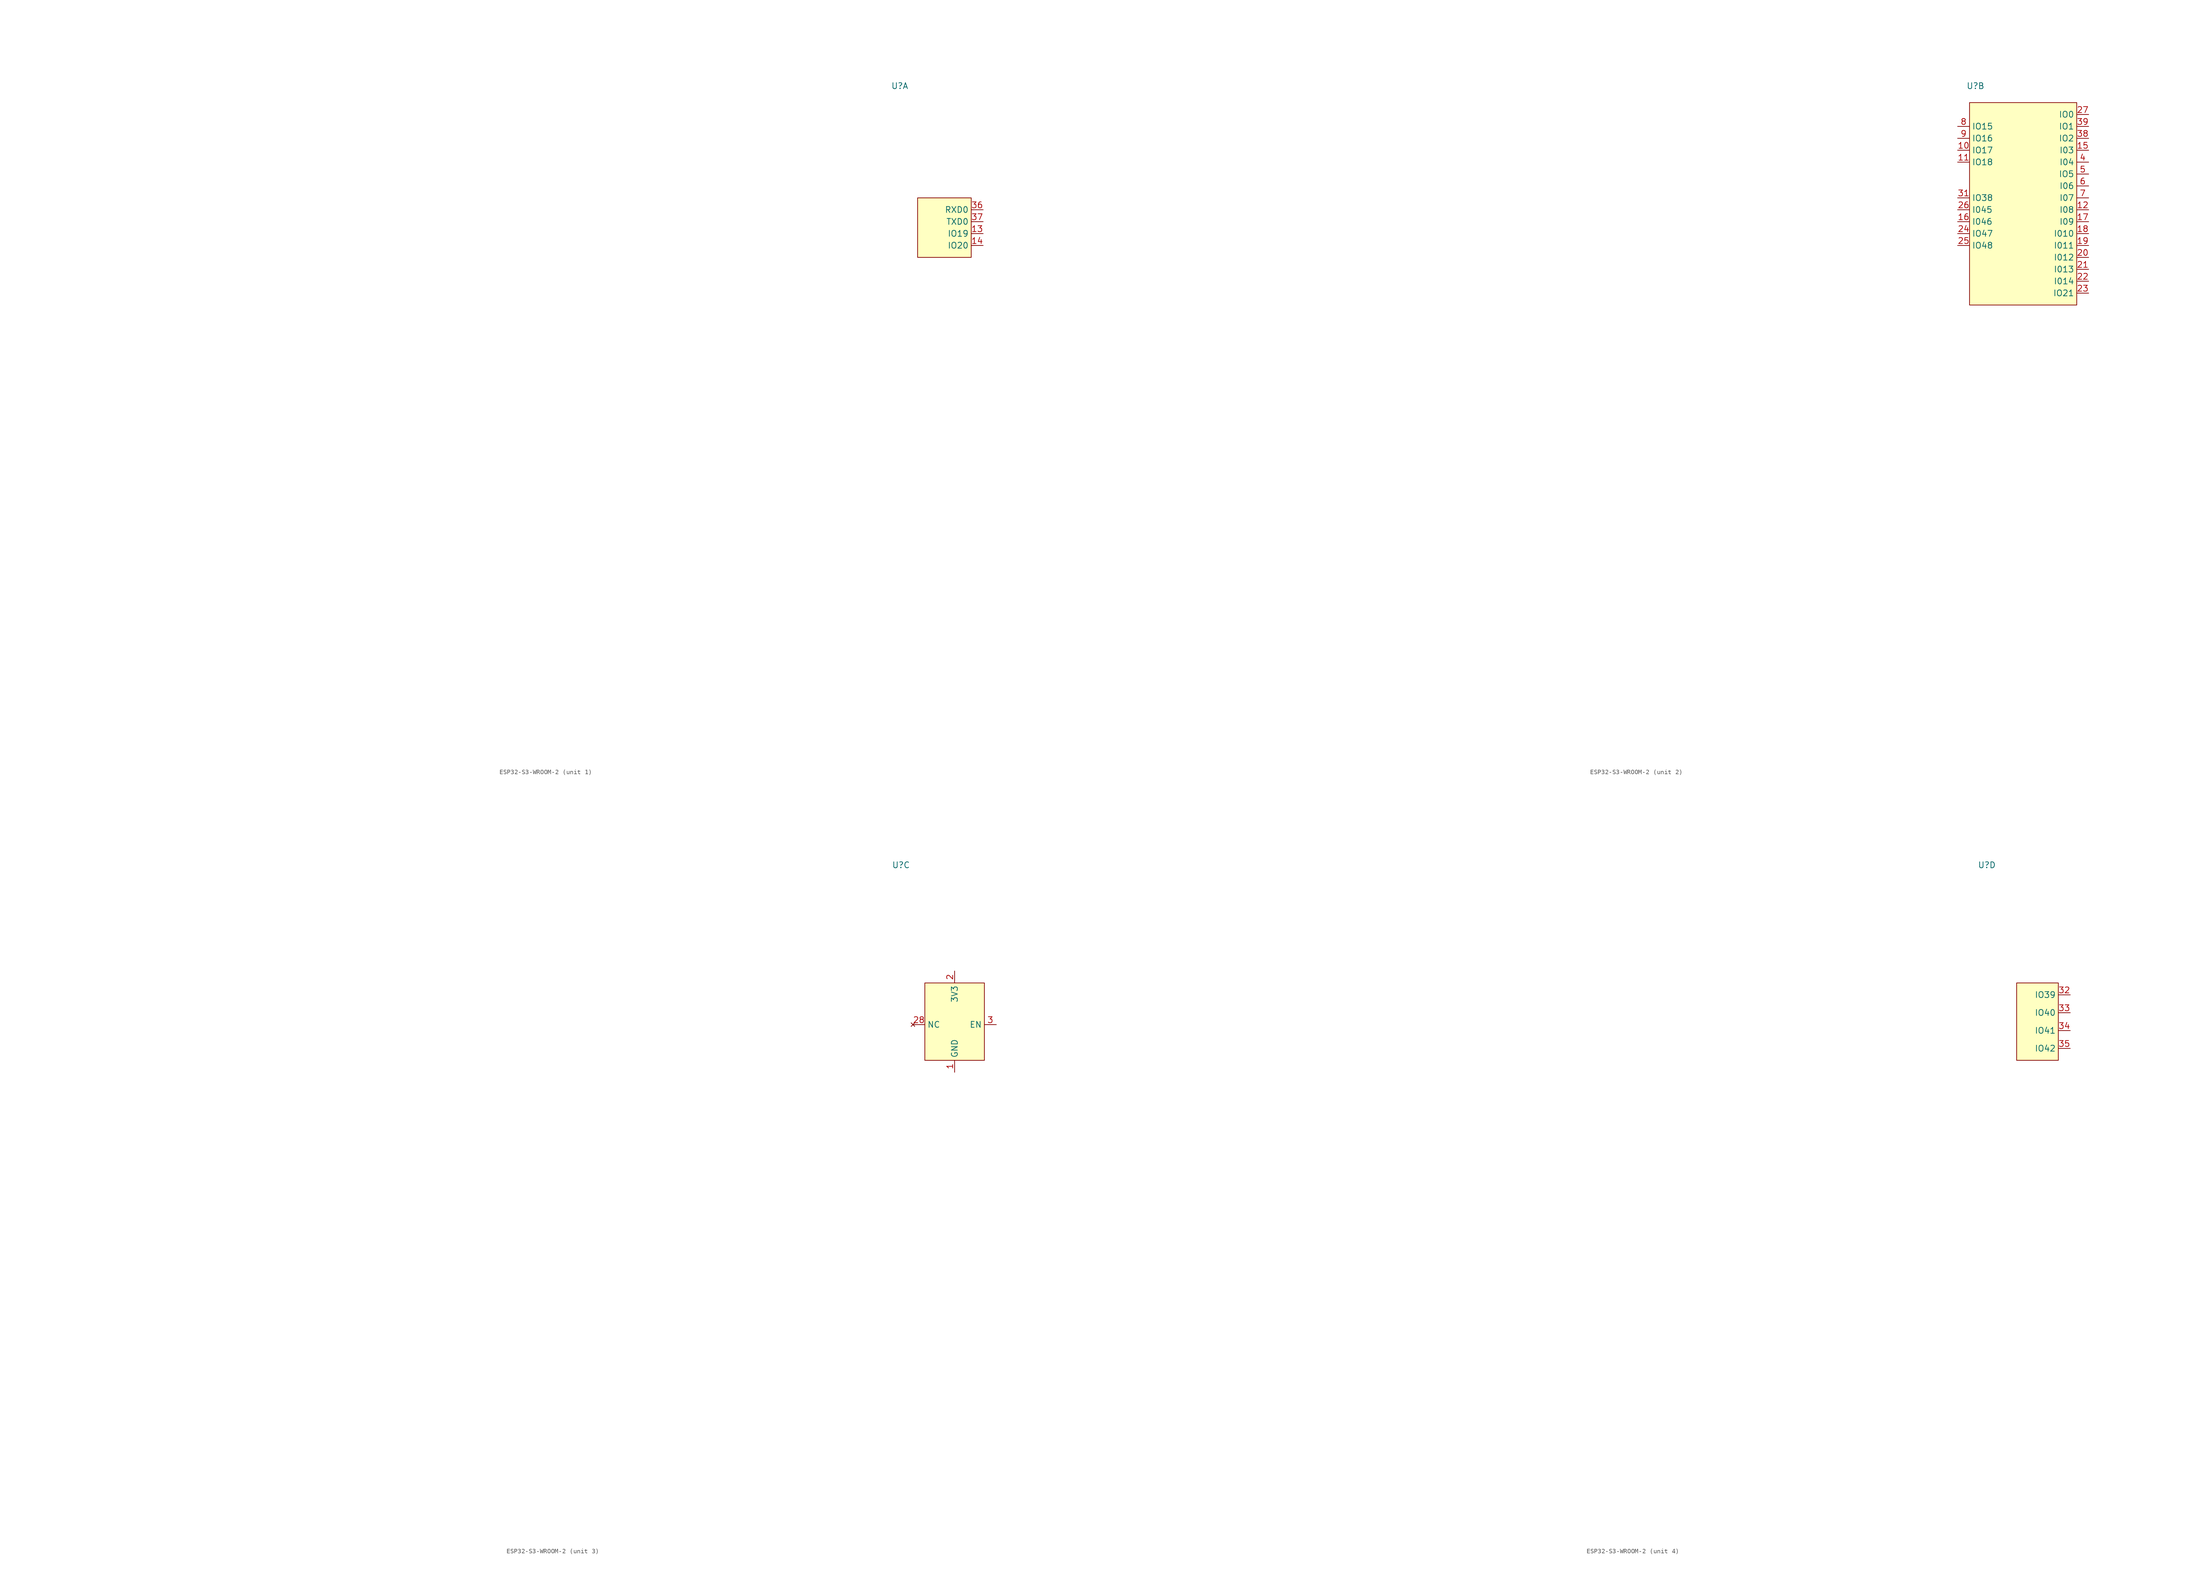
<source format=kicad_sym>
(kicad_symbol_lib
  (version 20241209)
  (generator "kicad_symbol_editor")
  (generator_version "9.0")
  (symbol "ESP32-S3-WROOM-2"
    (property "Reference" "U"
      (at -11.43 32.766 0)
      (effects (font (size 1.27 1.27))))
    (property "Value" ""
      (at -180.34 -99.06 0)
      (effects (font (size 1.27 1.27))))
    (property "ki_locked" ""
      (at 0 0 0)
      (effects (font (size 1.27 1.27))))
    (symbol "ESP32-S3-WROOM-2_1_1"
      (rectangle (start -7.62 8.89) (end 3.81 -3.81) (stroke (width 0) (type solid)) (fill (type background)))
      (pin input line (at 6.35 6.35 180) (length 2.54) (name "RXD0" (effects (font (size 1.27 1.27)))) (number "36" (effects (font (size 1.27 1.27)))) (alternate "CLK_OUT2" output line) (alternate "GPI044" bidirectional line))
      (pin output line (at 6.35 3.81 180) (length 2.54) (name "TXD0" (effects (font (size 1.27 1.27)))) (number "37" (effects (font (size 1.27 1.27)))) (alternate "CLK_OUT1" output line) (alternate "GPIO43" bidirectional line))
      (pin bidirectional line (at 6.35 1.27 180) (length 2.54) (name "IO19" (effects (font (size 1.27 1.27)))) (number "13" (effects (font (size 1.27 1.27)))) (alternate "USB_D-" bidirectional line))
      (pin bidirectional line (at 6.35 -1.27 180) (length 2.54) (name "IO20" (effects (font (size 1.27 1.27)))) (number "14" (effects (font (size 1.27 1.27)))) (alternate "USB_D+" bidirectional line)))
    (symbol "ESP32-S3-WROOM-2_2_1"
      (rectangle (start -12.7 29.21) (end 10.16 -13.97) (stroke (width 0) (type solid)) (fill (type background)))
      (pin bidirectional line (at -15.24 24.13 0) (length 2.54) (name "IO15" (effects (font (size 1.27 1.27)))) (number "8" (effects (font (size 1.27 1.27)))) (alternate "ADC2_CH4" input line) (alternate "RTC_GPIO15" bidirectional line) (alternate "U0RTS" bidirectional line) (alternate "XTAL_32K_P" input line))
      (pin bidirectional line (at -15.24 21.59 0) (length 2.54) (name "IO16" (effects (font (size 1.27 1.27)))) (number "9" (effects (font (size 1.27 1.27)))) (alternate "ADC2_CH5" input line) (alternate "RTC_GPIO16" bidirectional line) (alternate "U0CTS" bidirectional line) (alternate "XTAL_32K_N" input line))
      (pin bidirectional line (at -15.24 19.05 0) (length 2.54) (name "IO17" (effects (font (size 1.27 1.27)))) (number "10" (effects (font (size 1.27 1.27)))) (alternate "ADC2_CH6" input line) (alternate "RTC_GPIO17" bidirectional line) (alternate "U1TXD" output line))
      (pin bidirectional line (at -15.24 16.51 0) (length 2.54) (name "IO18" (effects (font (size 1.27 1.27)))) (number "11" (effects (font (size 1.27 1.27)))) (alternate "ADC2_CH7" input line) (alternate "CLK_OUT3" output line) (alternate "RTC_GPIO18" bidirectional line) (alternate "U1RXD" input line))
      (pin bidirectional line (at -15.24 8.89 0) (length 2.54) (name "IO38" (effects (font (size 1.27 1.27)))) (number "31" (effects (font (size 1.27 1.27)))) (alternate "FSPIWP" bidirectional line) (alternate "SUBSPIWP" bidirectional line))
      (pin bidirectional line (at -15.24 6.35 0) (length 2.54) (name "I045" (effects (font (size 1.27 1.27)))) (number "26" (effects (font (size 1.27 1.27)))))
      (pin bidirectional line (at -15.24 3.81 0) (length 2.54) (name "I046" (effects (font (size 1.27 1.27)))) (number "16" (effects (font (size 1.27 1.27)))))
      (pin bidirectional line (at -15.24 1.27 0) (length 2.54) (name "IO47" (effects (font (size 1.27 1.27)))) (number "24" (effects (font (size 1.27 1.27)))) (alternate "SPICLK_P_DIFF" output line) (alternate "SUBSPICLK_P_DIFF" output line))
      (pin bidirectional line (at -15.24 -1.27 0) (length 2.54) (name "IO48" (effects (font (size 1.27 1.27)))) (number "25" (effects (font (size 1.27 1.27)))) (alternate "SPICLK_N_DIFF" output line) (alternate "SUBSPICLK_N_DIFF" output line))
      (pin bidirectional line (at 12.7 26.67 180) (length 2.54) (name "IO0" (effects (font (size 1.27 1.27)))) (number "27" (effects (font (size 1.27 1.27)))) (alternate "RTC_GPIO0" bidirectional line))
      (pin bidirectional line (at 12.7 24.13 180) (length 2.54) (name "IO1" (effects (font (size 1.27 1.27)))) (number "39" (effects (font (size 1.27 1.27)))) (alternate "ADC1_CH0" input line) (alternate "RTC_GPIO1" bidirectional line) (alternate "TOUCH1" input line))
      (pin bidirectional line (at 12.7 21.59 180) (length 2.54) (name "IO2" (effects (font (size 1.27 1.27)))) (number "38" (effects (font (size 1.27 1.27)))) (alternate "ADC1_CH1" input line) (alternate "RTC_GPIO2" bidirectional line) (alternate "TOUCH2" input line))
      (pin bidirectional line (at 12.7 19.05 180) (length 2.54) (name "I03" (effects (font (size 1.27 1.27)))) (number "15" (effects (font (size 1.27 1.27)))) (alternate "ADC1_CH2" input line) (alternate "RTC_GPIO3" bidirectional line) (alternate "TOUCH3" bidirectional line))
      (pin bidirectional line (at 12.7 16.51 180) (length 2.54) (name "I04" (effects (font (size 1.27 1.27)))) (number "4" (effects (font (size 1.27 1.27)))) (alternate "ADC1_CH3" input line) (alternate "RTC_GPIO4" bidirectional line) (alternate "TOUCH4" bidirectional line))
      (pin bidirectional line (at 12.7 13.97 180) (length 2.54) (name "IO5" (effects (font (size 1.27 1.27)))) (number "5" (effects (font (size 1.27 1.27)))) (alternate "ADC1_CH4" input line) (alternate "RTC_GPIO5" bidirectional line) (alternate "TOUCH5" bidirectional line))
      (pin bidirectional line (at 12.7 11.43 180) (length 2.54) (name "I06" (effects (font (size 1.27 1.27)))) (number "6" (effects (font (size 1.27 1.27)))) (alternate "ADC1_CH5" input line) (alternate "RTC_GPIO6" bidirectional line) (alternate "TOUCH6" bidirectional line))
      (pin bidirectional line (at 12.7 8.89 180) (length 2.54) (name "I07" (effects (font (size 1.27 1.27)))) (number "7" (effects (font (size 1.27 1.27)))) (alternate "ADC1_CH6" input line) (alternate "RTC_GPIO7" bidirectional line) (alternate "TOUCH7" bidirectional line))
      (pin bidirectional line (at 12.7 6.35 180) (length 2.54) (name "I08" (effects (font (size 1.27 1.27)))) (number "12" (effects (font (size 1.27 1.27)))) (alternate "ADC1_CH7" input line) (alternate "RTC_GPIO8" bidirectional line) (alternate "SUBSPICS1" output line) (alternate "TOUCH8" bidirectional line))
      (pin bidirectional line (at 12.7 3.81 180) (length 2.54) (name "I09" (effects (font (size 1.27 1.27)))) (number "17" (effects (font (size 1.27 1.27)))) (alternate "ADC1_CH8" input line) (alternate "FSPIHD" bidirectional line) (alternate "RTC_GPIO9" bidirectional line) (alternate "SUBSPICS1" output line) (alternate "SUBSPIHD" bidirectional line) (alternate "TOUCH9" bidirectional line))
      (pin bidirectional line (at 12.7 1.27 180) (length 2.54) (name "I010" (effects (font (size 1.27 1.27)))) (number "18" (effects (font (size 1.27 1.27)))) (alternate "ADC1_CH9" input line) (alternate "FSPICS0" bidirectional line) (alternate "FSPII04" bidirectional line) (alternate "RTC_GPIO10" bidirectional line) (alternate "SUBSPICS0" output line) (alternate "TOUCH10" bidirectional line))
      (pin bidirectional line (at 12.7 -1.27 180) (length 2.54) (name "I011" (effects (font (size 1.27 1.27)))) (number "19" (effects (font (size 1.27 1.27)))) (alternate "ADC2_CH0" input line) (alternate "FSPID" bidirectional line) (alternate "FSPII05" output line) (alternate "RTC_GPIO11" bidirectional line) (alternate "SUBSPID" bidirectional line) (alternate "TOUCH11" bidirectional line))
      (pin bidirectional line (at 12.7 -3.81 180) (length 2.54) (name "I012" (effects (font (size 1.27 1.27)))) (number "20" (effects (font (size 1.27 1.27)))) (alternate "ADC2_CH1" input line) (alternate "FSPICLK" bidirectional line) (alternate "FSPII06" output line) (alternate "RTC_GPIO12" bidirectional line) (alternate "SUBSPICLK" bidirectional line) (alternate "TOUCH12" bidirectional line))
      (pin bidirectional line (at 12.7 -6.35 180) (length 2.54) (name "I013" (effects (font (size 1.27 1.27)))) (number "21" (effects (font (size 1.27 1.27)))) (alternate "ADC2_CH2" input line) (alternate "FSPII07" output line) (alternate "FSPIQ" bidirectional line) (alternate "RTC_GPIO13" bidirectional line) (alternate "SUBSPIQ" bidirectional line) (alternate "TOUCH13" bidirectional line))
      (pin bidirectional line (at 12.7 -8.89 180) (length 2.54) (name "I014" (effects (font (size 1.27 1.27)))) (number "22" (effects (font (size 1.27 1.27)))) (alternate "ADC2_CH3" input line) (alternate "FSPIDQS" output line) (alternate "FSPIWP" bidirectional line) (alternate "RTC_GPIO14" bidirectional line) (alternate "SUBSPIWP" bidirectional line) (alternate "TOUCH14" bidirectional line))
      (pin bidirectional line (at 12.7 -11.43 180) (length 2.54) (name "IO21" (effects (font (size 1.27 1.27)))) (number "23" (effects (font (size 1.27 1.27)))) (alternate "RTC_GPIO21" bidirectional line)))
    (symbol "ESP32-S3-WROOM-2_3_1"
      (rectangle (start -6.35 7.62) (end 6.35 -8.89) (stroke (width 0) (type solid)) (fill (type background)))
      (pin no_connect line (at -8.89 -1.27 0) (length 2.54) (name "NC" (effects (font (size 1.27 1.27)))) (number "28" (effects (font (size 1.27 1.27)))))
      (pin no_connect line (at -8.89 -1.27 0) (length 2.54) (hide yes) (name "NC" (effects (font (size 1.27 1.27)))) (number "29" (effects (font (size 1.27 1.27)))))
      (pin no_connect line (at -8.89 -1.27 0) (length 2.54) (hide yes) (name "NC" (effects (font (size 1.27 1.27)))) (number "30" (effects (font (size 1.27 1.27)))))
      (pin power_in line (at 0 10.16 270) (length 2.54) (name "3V3" (effects (font (size 1.27 1.27)))) (number "2" (effects (font (size 1.27 1.27)))))
      (pin power_out line (at 0 -11.43 90) (length 2.54) (name "GND" (effects (font (size 1.27 1.27)))) (number "1" (effects (font (size 1.27 1.27)))))
      (pin power_out line (at 0 -11.43 90) (length 2.54) (hide yes) (name "GND" (effects (font (size 1.27 1.27)))) (number "40" (effects (font (size 1.27 1.27)))))
      (pin power_out line (at 0 -11.43 90) (length 2.54) (hide yes) (name "GND" (effects (font (size 1.27 1.27)))) (number "41" (effects (font (size 1.27 1.27)))))
      (pin input line (at 8.89 -1.27 180) (length 2.54) (name "EN" (effects (font (size 1.27 1.27)))) (number "3" (effects (font (size 1.27 1.27))))))
    (symbol "ESP32-S3-WROOM-2_4_1"
      (rectangle (start -5.08 7.62) (end 3.81 -8.89) (stroke (width 0) (type solid)) (fill (type background)))
      (pin bidirectional line (at 6.35 5.08 180) (length 2.54) (name "IO39" (effects (font (size 1.27 1.27)))) (number "32" (effects (font (size 1.27 1.27)))) (alternate "CKL_OUT3" output line) (alternate "MTCK" input line) (alternate "SUBSPICS1" output line))
      (pin bidirectional line (at 6.35 1.27 180) (length 2.54) (name "IO40" (effects (font (size 1.27 1.27)))) (number "33" (effects (font (size 1.27 1.27)))) (alternate "CLK_OUT2" output line) (alternate "MTD0" output line))
      (pin bidirectional line (at 6.35 -2.54 180) (length 2.54) (name "IO41" (effects (font (size 1.27 1.27)))) (number "34" (effects (font (size 1.27 1.27)))) (alternate "CLK_OUT1" output line) (alternate "MTDI" input line))
      (pin bidirectional line (at 6.35 -6.35 180) (length 2.54) (name "IO42" (effects (font (size 1.27 1.27)))) (number "35" (effects (font (size 1.27 1.27)))) (alternate "MTMS" input line)))))
</source>
